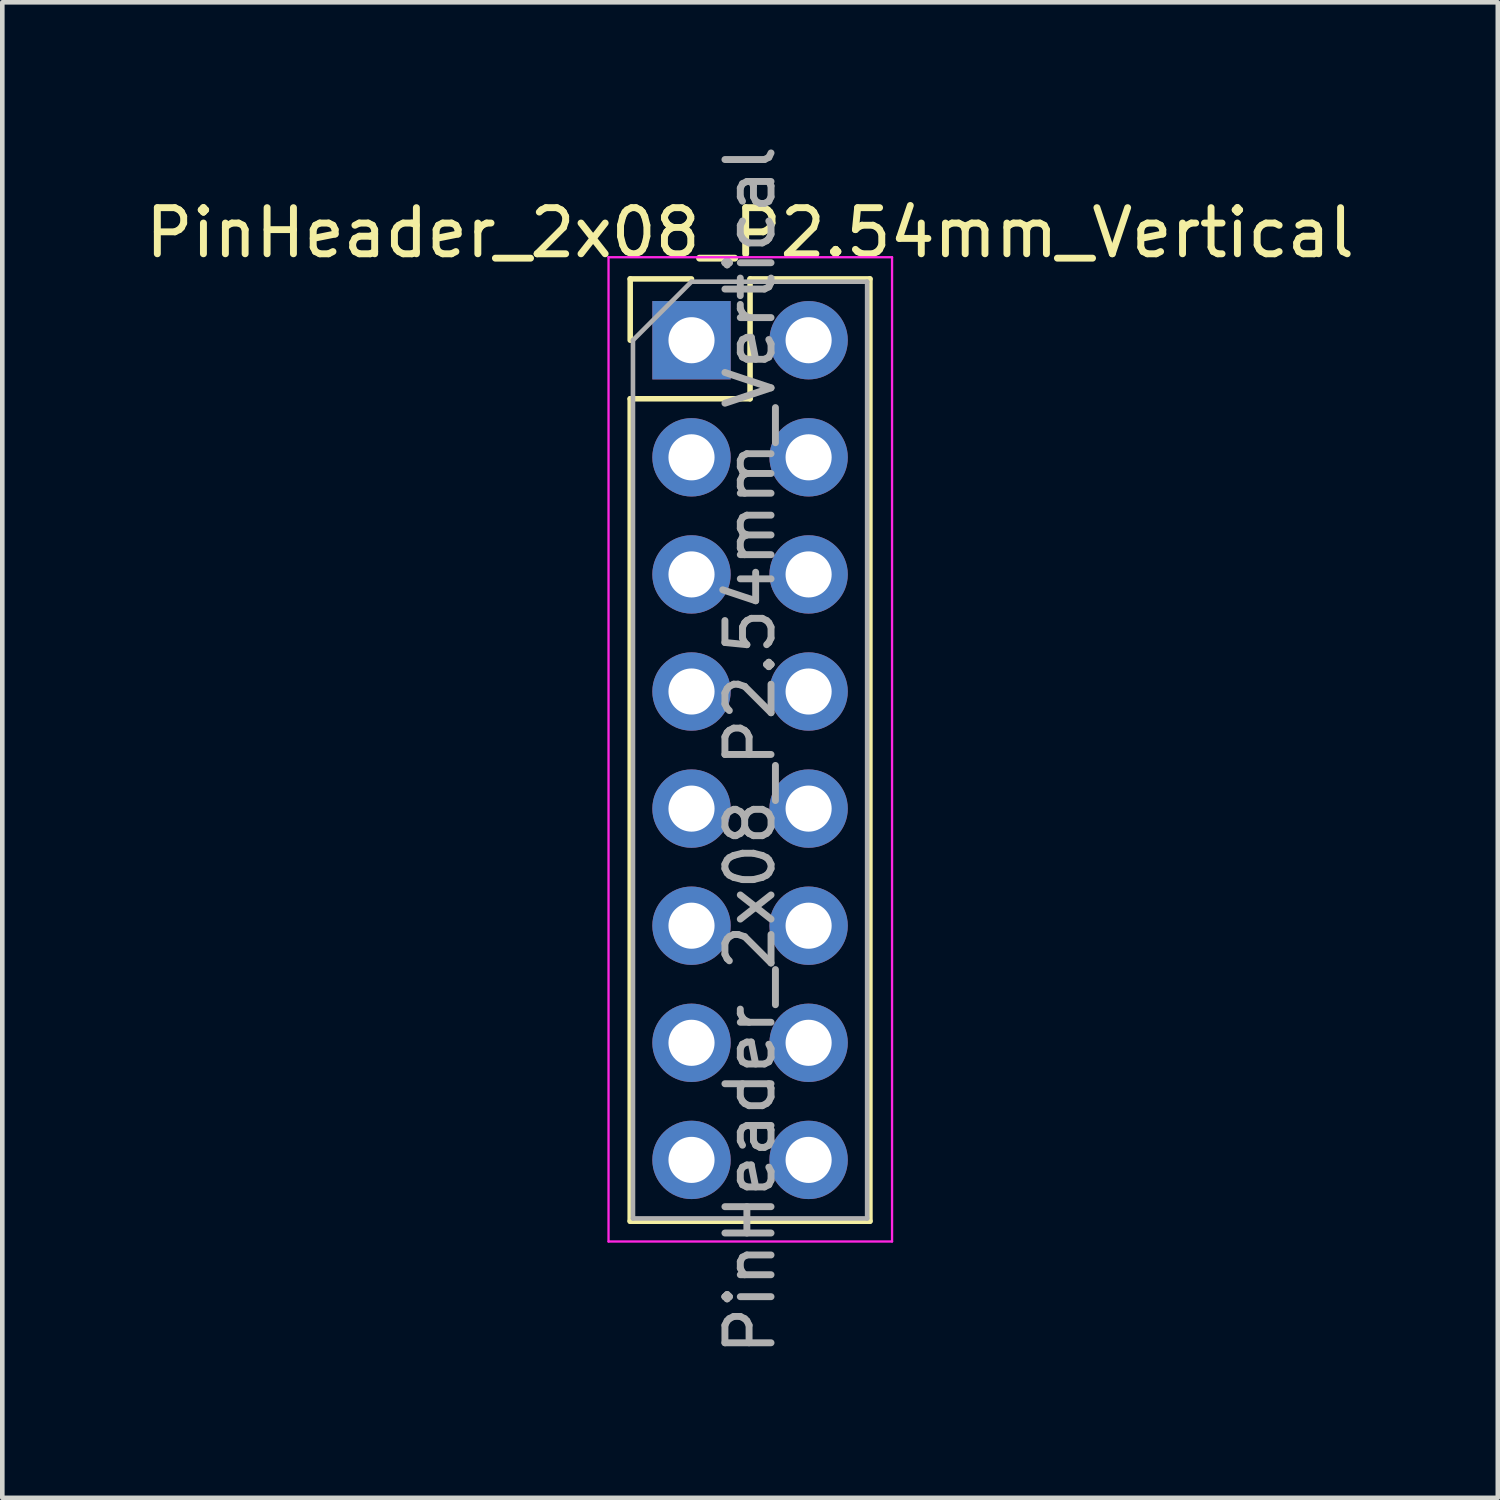
<source format=kicad_pcb>
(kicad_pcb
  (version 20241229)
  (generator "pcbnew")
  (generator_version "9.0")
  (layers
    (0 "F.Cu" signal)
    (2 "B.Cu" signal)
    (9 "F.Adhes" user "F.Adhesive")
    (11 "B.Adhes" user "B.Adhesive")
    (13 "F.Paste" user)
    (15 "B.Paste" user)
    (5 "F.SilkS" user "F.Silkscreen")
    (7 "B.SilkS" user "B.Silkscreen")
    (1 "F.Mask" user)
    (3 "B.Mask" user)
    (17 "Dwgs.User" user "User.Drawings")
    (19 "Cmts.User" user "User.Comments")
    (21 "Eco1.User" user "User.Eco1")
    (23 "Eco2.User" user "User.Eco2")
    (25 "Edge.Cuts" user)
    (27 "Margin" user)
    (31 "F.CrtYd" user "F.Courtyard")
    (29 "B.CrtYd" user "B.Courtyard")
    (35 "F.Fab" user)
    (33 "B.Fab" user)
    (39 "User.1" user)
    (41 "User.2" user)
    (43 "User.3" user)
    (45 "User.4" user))
  (footprint "PinHeader_2x08_P2.54mm_Vertical"
    (layer "F.Cu")
    (at 11.95 4.33)
    (property "Reference" "PinHeader_2x08_P2.54mm_Vertical" (at 1.27 -2.33 0) (layer "F.SilkS") (effects (font (size 1 1) (thickness 0.15))))
    (attr through_hole)
    (fp_line (start -1.33 -1.33) (end 0 -1.33) (stroke (width 0.12) (type solid)) (layer "F.SilkS"))
    (fp_line (start -1.33 0) (end -1.33 -1.33) (stroke (width 0.12) (type solid)) (layer "F.SilkS"))
    (fp_line (start -1.33 1.27) (end -1.33 19.11) (stroke (width 0.12) (type solid)) (layer "F.SilkS"))
    (fp_line (start -1.33 1.27) (end 1.27 1.27) (stroke (width 0.12) (type solid)) (layer "F.SilkS"))
    (fp_line (start -1.33 19.11) (end 3.87 19.11) (stroke (width 0.12) (type solid)) (layer "F.SilkS"))
    (fp_line (start 1.27 -1.33) (end 3.87 -1.33) (stroke (width 0.12) (type solid)) (layer "F.SilkS"))
    (fp_line (start 1.27 1.27) (end 1.27 -1.33) (stroke (width 0.12) (type solid)) (layer "F.SilkS"))
    (fp_line (start 3.87 -1.33) (end 3.87 19.11) (stroke (width 0.12) (type solid)) (layer "F.SilkS"))
    (fp_line (start -1.8 -1.8) (end -1.8 19.55) (stroke (width 0.05) (type solid)) (layer "F.CrtYd"))
    (fp_line (start -1.8 19.55) (end 4.35 19.55) (stroke (width 0.05) (type solid)) (layer "F.CrtYd"))
    (fp_line (start 4.35 -1.8) (end -1.8 -1.8) (stroke (width 0.05) (type solid)) (layer "F.CrtYd"))
    (fp_line (start 4.35 19.55) (end 4.35 -1.8) (stroke (width 0.05) (type solid)) (layer "F.CrtYd"))
    (fp_line (start -1.27 0) (end 0 -1.27) (stroke (width 0.1) (type solid)) (layer "F.Fab"))
    (fp_line (start -1.27 19.05) (end -1.27 0) (stroke (width 0.1) (type solid)) (layer "F.Fab"))
    (fp_line (start 0 -1.27) (end 3.81 -1.27) (stroke (width 0.1) (type solid)) (layer "F.Fab"))
    (fp_line (start 3.81 -1.27) (end 3.81 19.05) (stroke (width 0.1) (type solid)) (layer "F.Fab"))
    (fp_line (start 3.81 19.05) (end -1.27 19.05) (stroke (width 0.1) (type solid)) (layer "F.Fab"))
    (fp_text user "${REFERENCE}" (at 1.27 8.89 90) (layer "F.Fab") (effects (font (size 1 1) (thickness 0.15))))
    (pad "1" thru_hole rect (at 0 0) (size 1.7 1.7) (drill 1) (layers "*.Cu" "*.Mask"))
    (pad "2" thru_hole oval (at 2.54 0) (size 1.7 1.7) (drill 1) (layers "*.Cu" "*.Mask"))
    (pad "3" thru_hole oval (at 0 2.54) (size 1.7 1.7) (drill 1) (layers "*.Cu" "*.Mask"))
    (pad "4" thru_hole oval (at 2.54 2.54) (size 1.7 1.7) (drill 1) (layers "*.Cu" "*.Mask"))
    (pad "5" thru_hole oval (at 0 5.08) (size 1.7 1.7) (drill 1) (layers "*.Cu" "*.Mask"))
    (pad "6" thru_hole oval (at 2.54 5.08) (size 1.7 1.7) (drill 1) (layers "*.Cu" "*.Mask"))
    (pad "7" thru_hole oval (at 0 7.62) (size 1.7 1.7) (drill 1) (layers "*.Cu" "*.Mask"))
    (pad "8" thru_hole oval (at 2.54 7.62) (size 1.7 1.7) (drill 1) (layers "*.Cu" "*.Mask"))
    (pad "9" thru_hole oval (at 0 10.16) (size 1.7 1.7) (drill 1) (layers "*.Cu" "*.Mask"))
    (pad "10" thru_hole oval (at 2.54 10.16) (size 1.7 1.7) (drill 1) (layers "*.Cu" "*.Mask"))
    (pad "11" thru_hole oval (at 0 12.7) (size 1.7 1.7) (drill 1) (layers "*.Cu" "*.Mask"))
    (pad "12" thru_hole oval (at 2.54 12.7) (size 1.7 1.7) (drill 1) (layers "*.Cu" "*.Mask"))
    (pad "13" thru_hole oval (at 0 15.24) (size 1.7 1.7) (drill 1) (layers "*.Cu" "*.Mask"))
    (pad "14" thru_hole oval (at 2.54 15.24) (size 1.7 1.7) (drill 1) (layers "*.Cu" "*.Mask"))
    (pad "15" thru_hole oval (at 0 17.78) (size 1.7 1.7) (drill 1) (layers "*.Cu" "*.Mask"))
    (pad "16" thru_hole oval (at 2.54 17.78) (size 1.7 1.7) (drill 1) (layers "*.Cu" "*.Mask")))
  (gr_rect
    (start -3 -3)
    (end 29.44 29.44)
    (stroke (width 0.1) (type default))
    (fill no)
    (layer "Edge.Cuts")))
</source>
